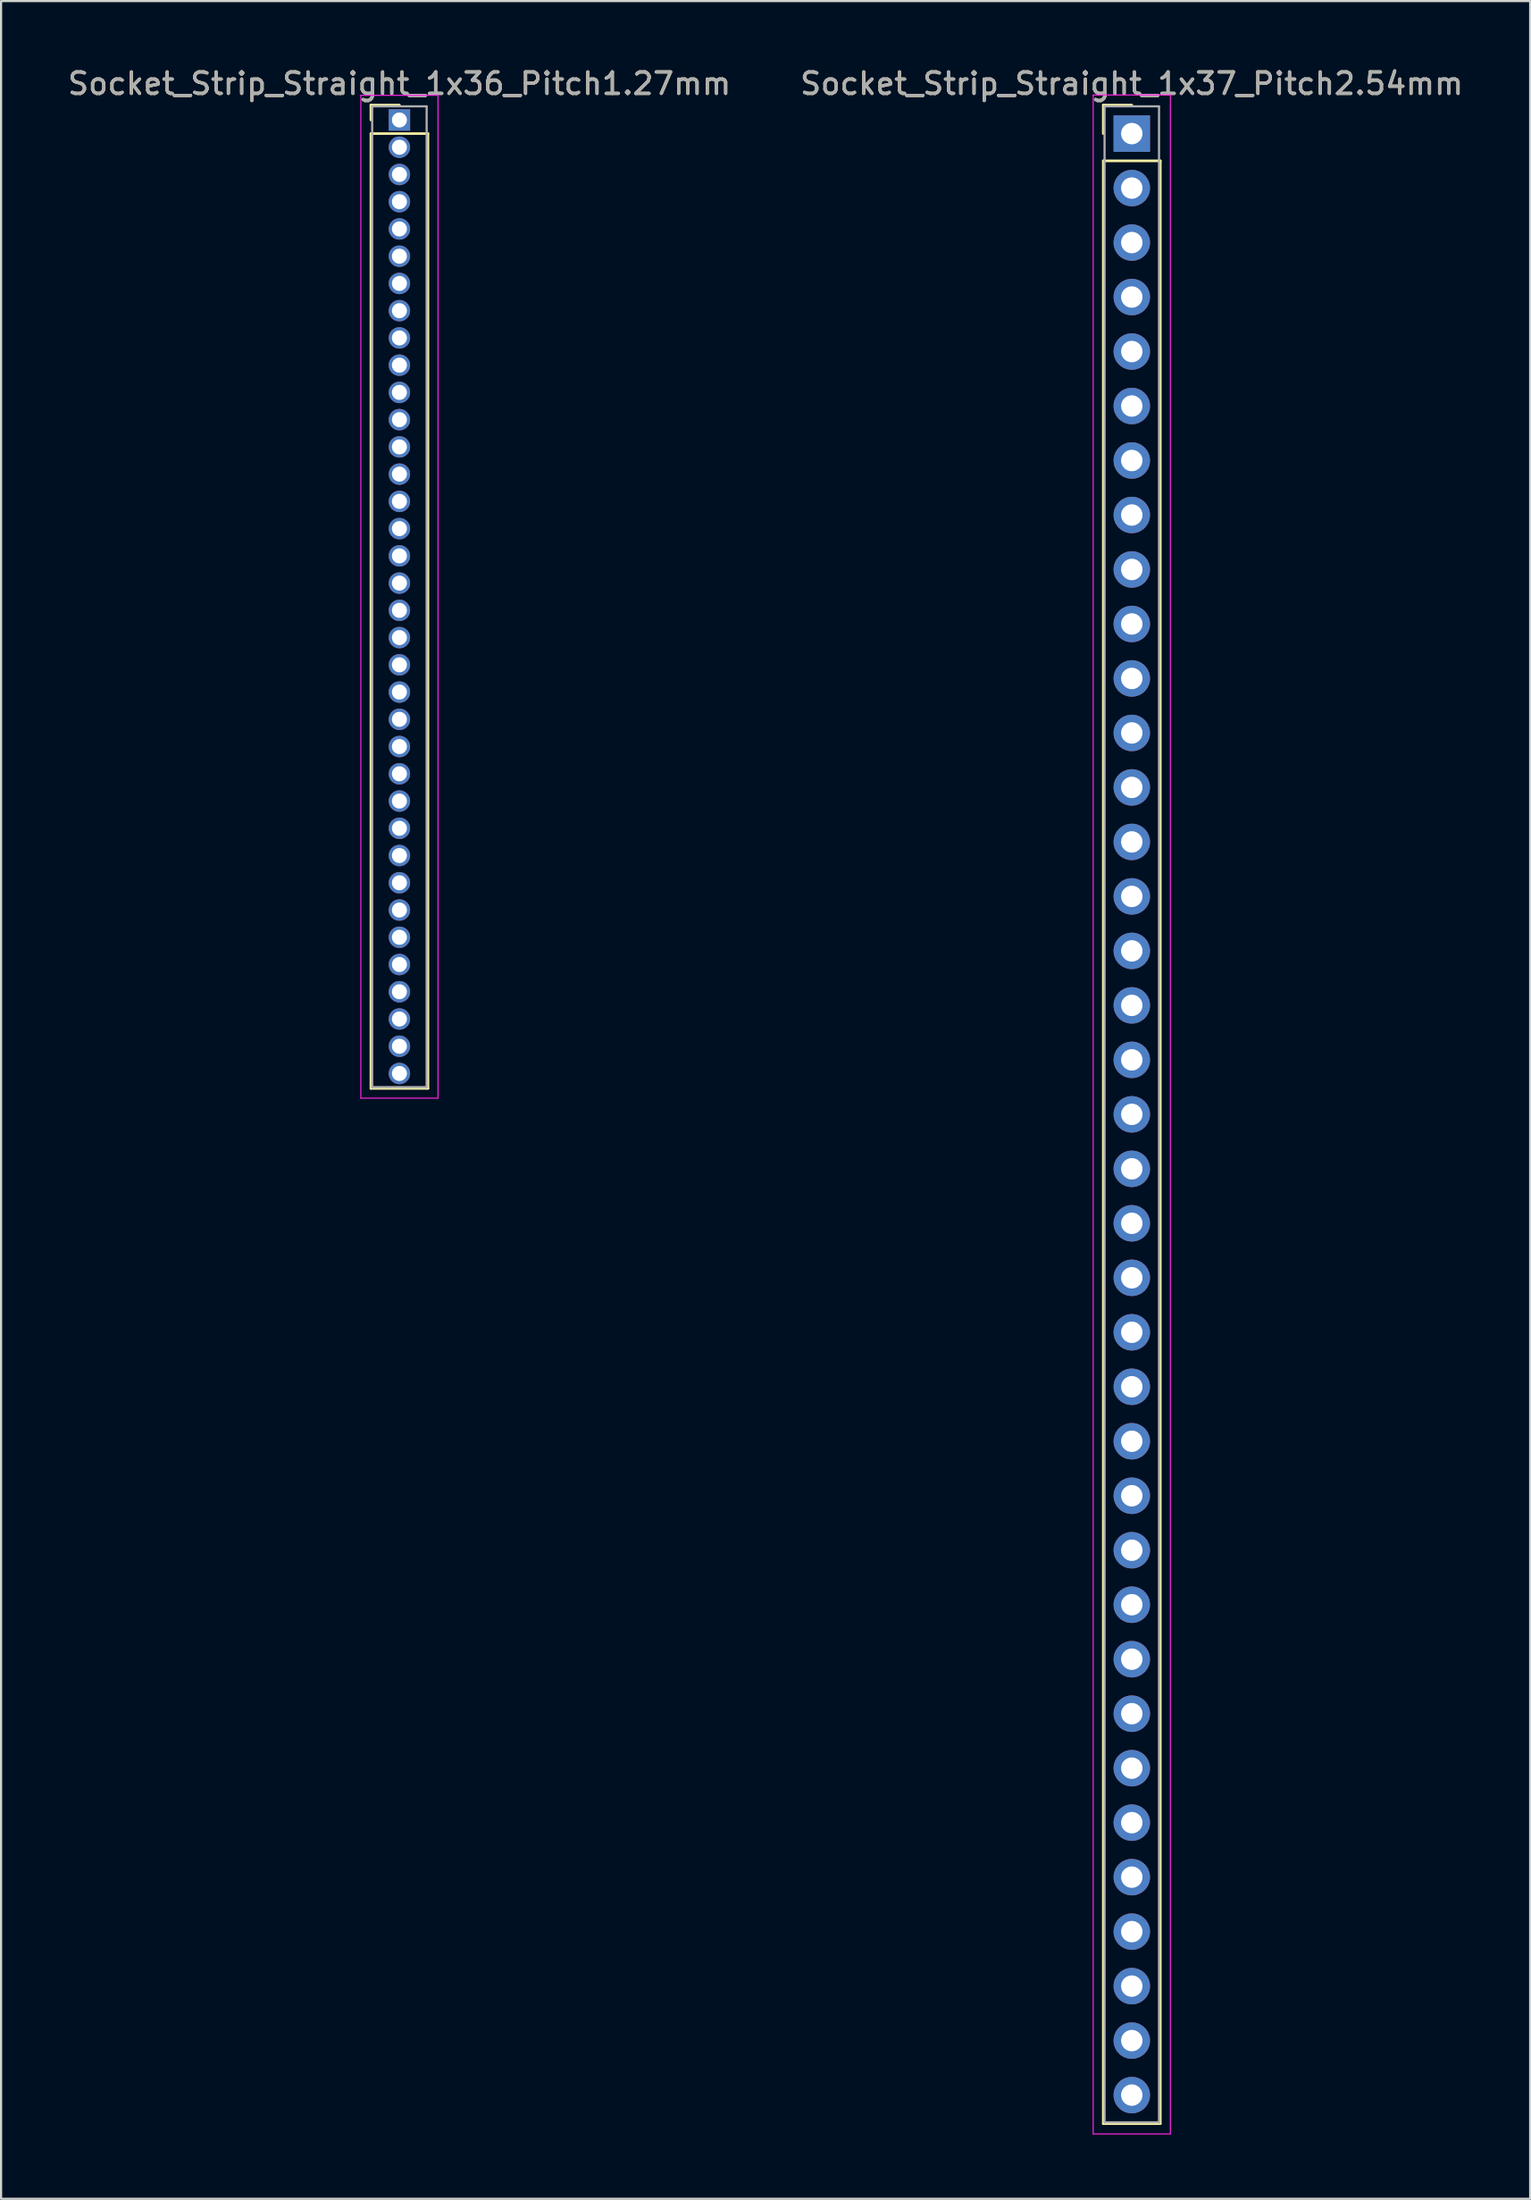
<source format=kicad_pcb>
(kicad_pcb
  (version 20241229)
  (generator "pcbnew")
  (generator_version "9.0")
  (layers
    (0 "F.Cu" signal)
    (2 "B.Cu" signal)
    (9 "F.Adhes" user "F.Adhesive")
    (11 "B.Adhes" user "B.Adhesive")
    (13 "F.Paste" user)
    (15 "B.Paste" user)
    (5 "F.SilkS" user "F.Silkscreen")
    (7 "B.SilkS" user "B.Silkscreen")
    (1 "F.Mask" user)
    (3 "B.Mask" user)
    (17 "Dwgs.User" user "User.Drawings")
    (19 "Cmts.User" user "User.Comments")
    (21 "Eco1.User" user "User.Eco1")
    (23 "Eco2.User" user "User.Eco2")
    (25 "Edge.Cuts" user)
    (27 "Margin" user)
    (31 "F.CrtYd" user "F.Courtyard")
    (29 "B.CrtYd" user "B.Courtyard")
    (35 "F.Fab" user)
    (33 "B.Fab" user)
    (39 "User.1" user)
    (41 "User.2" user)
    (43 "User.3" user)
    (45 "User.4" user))
  (footprint "Socket_Strip_Straight_1x37_Pitch2.54mm"
    (layer "F.Cu")
    (at 49.732 3.178)
    (property "Reference" "Socket_Strip_Straight_1x37_Pitch2.54mm" (at 0 -2.33 0) (layer "F.SilkS") (effects (font (size 1 1) (thickness 0.15))))
    (attr through_hole)
    (fp_line (start -1.33 -1.33) (end 0 -1.33) (stroke (width 0.12) (type solid)) (layer "F.SilkS"))
    (fp_line (start -1.33 0) (end -1.33 -1.33) (stroke (width 0.12) (type solid)) (layer "F.SilkS"))
    (fp_line (start -1.33 1.27) (end -1.33 92.77) (stroke (width 0.12) (type solid)) (layer "F.SilkS"))
    (fp_line (start -1.33 92.77) (end 1.33 92.77) (stroke (width 0.12) (type solid)) (layer "F.SilkS"))
    (fp_line (start 1.33 1.27) (end -1.33 1.27) (stroke (width 0.12) (type solid)) (layer "F.SilkS"))
    (fp_line (start 1.33 92.77) (end 1.33 1.27) (stroke (width 0.12) (type solid)) (layer "F.SilkS"))
    (fp_line (start -1.8 -1.8) (end -1.8 93.25) (stroke (width 0.05) (type solid)) (layer "F.CrtYd"))
    (fp_line (start -1.8 93.25) (end 1.8 93.25) (stroke (width 0.05) (type solid)) (layer "F.CrtYd"))
    (fp_line (start 1.8 -1.8) (end -1.8 -1.8) (stroke (width 0.05) (type solid)) (layer "F.CrtYd"))
    (fp_line (start 1.8 93.25) (end 1.8 -1.8) (stroke (width 0.05) (type solid)) (layer "F.CrtYd"))
    (fp_line (start -1.27 -1.27) (end -1.27 92.71) (stroke (width 0.1) (type solid)) (layer "F.Fab"))
    (fp_line (start -1.27 92.71) (end 1.27 92.71) (stroke (width 0.1) (type solid)) (layer "F.Fab"))
    (fp_line (start 1.27 -1.27) (end -1.27 -1.27) (stroke (width 0.1) (type solid)) (layer "F.Fab"))
    (fp_line (start 1.27 92.71) (end 1.27 -1.27) (stroke (width 0.1) (type solid)) (layer "F.Fab"))
    (fp_text user "${REFERENCE}" (at 0 -2.33 0) (layer "F.Fab") (effects (font (size 1 1) (thickness 0.15))))
    (pad "1" thru_hole rect (at 0 0) (size 1.7 1.7) (drill 1) (layers "*.Cu" "*.Mask"))
    (pad "2" thru_hole oval (at 0 2.54) (size 1.7 1.7) (drill 1) (layers "*.Cu" "*.Mask"))
    (pad "3" thru_hole oval (at 0 5.08) (size 1.7 1.7) (drill 1) (layers "*.Cu" "*.Mask"))
    (pad "4" thru_hole oval (at 0 7.62) (size 1.7 1.7) (drill 1) (layers "*.Cu" "*.Mask"))
    (pad "5" thru_hole oval (at 0 10.16) (size 1.7 1.7) (drill 1) (layers "*.Cu" "*.Mask"))
    (pad "6" thru_hole oval (at 0 12.7) (size 1.7 1.7) (drill 1) (layers "*.Cu" "*.Mask"))
    (pad "7" thru_hole oval (at 0 15.24) (size 1.7 1.7) (drill 1) (layers "*.Cu" "*.Mask"))
    (pad "8" thru_hole oval (at 0 17.78) (size 1.7 1.7) (drill 1) (layers "*.Cu" "*.Mask"))
    (pad "9" thru_hole oval (at 0 20.32) (size 1.7 1.7) (drill 1) (layers "*.Cu" "*.Mask"))
    (pad "10" thru_hole oval (at 0 22.86) (size 1.7 1.7) (drill 1) (layers "*.Cu" "*.Mask"))
    (pad "11" thru_hole oval (at 0 25.4) (size 1.7 1.7) (drill 1) (layers "*.Cu" "*.Mask"))
    (pad "12" thru_hole oval (at 0 27.94) (size 1.7 1.7) (drill 1) (layers "*.Cu" "*.Mask"))
    (pad "13" thru_hole oval (at 0 30.48) (size 1.7 1.7) (drill 1) (layers "*.Cu" "*.Mask"))
    (pad "14" thru_hole oval (at 0 33.02) (size 1.7 1.7) (drill 1) (layers "*.Cu" "*.Mask"))
    (pad "15" thru_hole oval (at 0 35.56) (size 1.7 1.7) (drill 1) (layers "*.Cu" "*.Mask"))
    (pad "16" thru_hole oval (at 0 38.1) (size 1.7 1.7) (drill 1) (layers "*.Cu" "*.Mask"))
    (pad "17" thru_hole oval (at 0 40.64) (size 1.7 1.7) (drill 1) (layers "*.Cu" "*.Mask"))
    (pad "18" thru_hole oval (at 0 43.18) (size 1.7 1.7) (drill 1) (layers "*.Cu" "*.Mask"))
    (pad "19" thru_hole oval (at 0 45.72) (size 1.7 1.7) (drill 1) (layers "*.Cu" "*.Mask"))
    (pad "20" thru_hole oval (at 0 48.26) (size 1.7 1.7) (drill 1) (layers "*.Cu" "*.Mask"))
    (pad "21" thru_hole oval (at 0 50.8) (size 1.7 1.7) (drill 1) (layers "*.Cu" "*.Mask"))
    (pad "22" thru_hole oval (at 0 53.34) (size 1.7 1.7) (drill 1) (layers "*.Cu" "*.Mask"))
    (pad "23" thru_hole oval (at 0 55.88) (size 1.7 1.7) (drill 1) (layers "*.Cu" "*.Mask"))
    (pad "24" thru_hole oval (at 0 58.42) (size 1.7 1.7) (drill 1) (layers "*.Cu" "*.Mask"))
    (pad "25" thru_hole oval (at 0 60.96) (size 1.7 1.7) (drill 1) (layers "*.Cu" "*.Mask"))
    (pad "26" thru_hole oval (at 0 63.5) (size 1.7 1.7) (drill 1) (layers "*.Cu" "*.Mask"))
    (pad "27" thru_hole oval (at 0 66.04) (size 1.7 1.7) (drill 1) (layers "*.Cu" "*.Mask"))
    (pad "28" thru_hole oval (at 0 68.58) (size 1.7 1.7) (drill 1) (layers "*.Cu" "*.Mask"))
    (pad "29" thru_hole oval (at 0 71.12) (size 1.7 1.7) (drill 1) (layers "*.Cu" "*.Mask"))
    (pad "30" thru_hole oval (at 0 73.66) (size 1.7 1.7) (drill 1) (layers "*.Cu" "*.Mask"))
    (pad "31" thru_hole oval (at 0 76.2) (size 1.7 1.7) (drill 1) (layers "*.Cu" "*.Mask"))
    (pad "32" thru_hole oval (at 0 78.74) (size 1.7 1.7) (drill 1) (layers "*.Cu" "*.Mask"))
    (pad "33" thru_hole oval (at 0 81.28) (size 1.7 1.7) (drill 1) (layers "*.Cu" "*.Mask"))
    (pad "34" thru_hole oval (at 0 83.82) (size 1.7 1.7) (drill 1) (layers "*.Cu" "*.Mask"))
    (pad "35" thru_hole oval (at 0 86.36) (size 1.7 1.7) (drill 1) (layers "*.Cu" "*.Mask"))
    (pad "36" thru_hole oval (at 0 88.9) (size 1.7 1.7) (drill 1) (layers "*.Cu" "*.Mask"))
    (pad "37" thru_hole oval (at 0 91.44) (size 1.7 1.7) (drill 1) (layers "*.Cu" "*.Mask")))
  (footprint "Socket_Strip_Straight_1x36_Pitch1.27mm"
    (layer "F.Cu")
    (at 15.577 2.543)
    (property "Reference" "Socket_Strip_Straight_1x36_Pitch1.27mm" (at 0 -1.695 0) (layer "F.SilkS") (effects (font (size 1 1) (thickness 0.15))))
    (attr through_hole)
    (fp_line (start -1.33 -0.695) (end 0 -0.695) (stroke (width 0.12) (type solid)) (layer "F.SilkS"))
    (fp_line (start -1.33 0) (end -1.33 -0.695) (stroke (width 0.12) (type solid)) (layer "F.SilkS"))
    (fp_line (start -1.33 0.635) (end -1.33 45.145) (stroke (width 0.12) (type solid)) (layer "F.SilkS"))
    (fp_line (start -1.33 45.145) (end 1.33 45.145) (stroke (width 0.12) (type solid)) (layer "F.SilkS"))
    (fp_line (start 1.33 0.635) (end -1.33 0.635) (stroke (width 0.12) (type solid)) (layer "F.SilkS"))
    (fp_line (start 1.33 45.145) (end 1.33 0.635) (stroke (width 0.12) (type solid)) (layer "F.SilkS"))
    (fp_line (start -1.8 -1.15) (end -1.8 45.6) (stroke (width 0.05) (type solid)) (layer "F.CrtYd"))
    (fp_line (start -1.8 45.6) (end 1.8 45.6) (stroke (width 0.05) (type solid)) (layer "F.CrtYd"))
    (fp_line (start 1.8 -1.15) (end -1.8 -1.15) (stroke (width 0.05) (type solid)) (layer "F.CrtYd"))
    (fp_line (start 1.8 45.6) (end 1.8 -1.15) (stroke (width 0.05) (type solid)) (layer "F.CrtYd"))
    (fp_line (start -1.27 -0.635) (end -1.27 45.085) (stroke (width 0.1) (type solid)) (layer "F.Fab"))
    (fp_line (start -1.27 45.085) (end 1.27 45.085) (stroke (width 0.1) (type solid)) (layer "F.Fab"))
    (fp_line (start 1.27 -0.635) (end -1.27 -0.635) (stroke (width 0.1) (type solid)) (layer "F.Fab"))
    (fp_line (start 1.27 45.085) (end 1.27 -0.635) (stroke (width 0.1) (type solid)) (layer "F.Fab"))
    (fp_text user "${REFERENCE}" (at 0 -1.695 0) (layer "F.Fab") (effects (font (size 1 1) (thickness 0.15))))
    (pad "1" thru_hole rect (at 0 0) (size 1 1) (drill 0.7) (layers "*.Cu" "*.Mask"))
    (pad "2" thru_hole oval (at 0 1.27) (size 1 1) (drill 0.7) (layers "*.Cu" "*.Mask"))
    (pad "3" thru_hole oval (at 0 2.54) (size 1 1) (drill 0.7) (layers "*.Cu" "*.Mask"))
    (pad "4" thru_hole oval (at 0 3.81) (size 1 1) (drill 0.7) (layers "*.Cu" "*.Mask"))
    (pad "5" thru_hole oval (at 0 5.08) (size 1 1) (drill 0.7) (layers "*.Cu" "*.Mask"))
    (pad "6" thru_hole oval (at 0 6.35) (size 1 1) (drill 0.7) (layers "*.Cu" "*.Mask"))
    (pad "7" thru_hole oval (at 0 7.62) (size 1 1) (drill 0.7) (layers "*.Cu" "*.Mask"))
    (pad "8" thru_hole oval (at 0 8.89) (size 1 1) (drill 0.7) (layers "*.Cu" "*.Mask"))
    (pad "9" thru_hole oval (at 0 10.16) (size 1 1) (drill 0.7) (layers "*.Cu" "*.Mask"))
    (pad "10" thru_hole oval (at 0 11.43) (size 1 1) (drill 0.7) (layers "*.Cu" "*.Mask"))
    (pad "11" thru_hole oval (at 0 12.7) (size 1 1) (drill 0.7) (layers "*.Cu" "*.Mask"))
    (pad "12" thru_hole oval (at 0 13.97) (size 1 1) (drill 0.7) (layers "*.Cu" "*.Mask"))
    (pad "13" thru_hole oval (at 0 15.24) (size 1 1) (drill 0.7) (layers "*.Cu" "*.Mask"))
    (pad "14" thru_hole oval (at 0 16.51) (size 1 1) (drill 0.7) (layers "*.Cu" "*.Mask"))
    (pad "15" thru_hole oval (at 0 17.78) (size 1 1) (drill 0.7) (layers "*.Cu" "*.Mask"))
    (pad "16" thru_hole oval (at 0 19.05) (size 1 1) (drill 0.7) (layers "*.Cu" "*.Mask"))
    (pad "17" thru_hole oval (at 0 20.32) (size 1 1) (drill 0.7) (layers "*.Cu" "*.Mask"))
    (pad "18" thru_hole oval (at 0 21.59) (size 1 1) (drill 0.7) (layers "*.Cu" "*.Mask"))
    (pad "19" thru_hole oval (at 0 22.86) (size 1 1) (drill 0.7) (layers "*.Cu" "*.Mask"))
    (pad "20" thru_hole oval (at 0 24.13) (size 1 1) (drill 0.7) (layers "*.Cu" "*.Mask"))
    (pad "21" thru_hole oval (at 0 25.4) (size 1 1) (drill 0.7) (layers "*.Cu" "*.Mask"))
    (pad "22" thru_hole oval (at 0 26.67) (size 1 1) (drill 0.7) (layers "*.Cu" "*.Mask"))
    (pad "23" thru_hole oval (at 0 27.94) (size 1 1) (drill 0.7) (layers "*.Cu" "*.Mask"))
    (pad "24" thru_hole oval (at 0 29.21) (size 1 1) (drill 0.7) (layers "*.Cu" "*.Mask"))
    (pad "25" thru_hole oval (at 0 30.48) (size 1 1) (drill 0.7) (layers "*.Cu" "*.Mask"))
    (pad "26" thru_hole oval (at 0 31.75) (size 1 1) (drill 0.7) (layers "*.Cu" "*.Mask"))
    (pad "27" thru_hole oval (at 0 33.02) (size 1 1) (drill 0.7) (layers "*.Cu" "*.Mask"))
    (pad "28" thru_hole oval (at 0 34.29) (size 1 1) (drill 0.7) (layers "*.Cu" "*.Mask"))
    (pad "29" thru_hole oval (at 0 35.56) (size 1 1) (drill 0.7) (layers "*.Cu" "*.Mask"))
    (pad "30" thru_hole oval (at 0 36.83) (size 1 1) (drill 0.7) (layers "*.Cu" "*.Mask"))
    (pad "31" thru_hole oval (at 0 38.1) (size 1 1) (drill 0.7) (layers "*.Cu" "*.Mask"))
    (pad "32" thru_hole oval (at 0 39.37) (size 1 1) (drill 0.7) (layers "*.Cu" "*.Mask"))
    (pad "33" thru_hole oval (at 0 40.64) (size 1 1) (drill 0.7) (layers "*.Cu" "*.Mask"))
    (pad "34" thru_hole oval (at 0 41.91) (size 1 1) (drill 0.7) (layers "*.Cu" "*.Mask"))
    (pad "35" thru_hole oval (at 0 43.18) (size 1 1) (drill 0.7) (layers "*.Cu" "*.Mask"))
    (pad "36" thru_hole oval (at 0 44.45) (size 1 1) (drill 0.7) (layers "*.Cu" "*.Mask")))
  (gr_rect
    (start -3 -3)
    (end 68.31 99.453)
    (stroke (width 0.1) (type default))
    (fill no)
    (layer "Edge.Cuts")))
</source>
